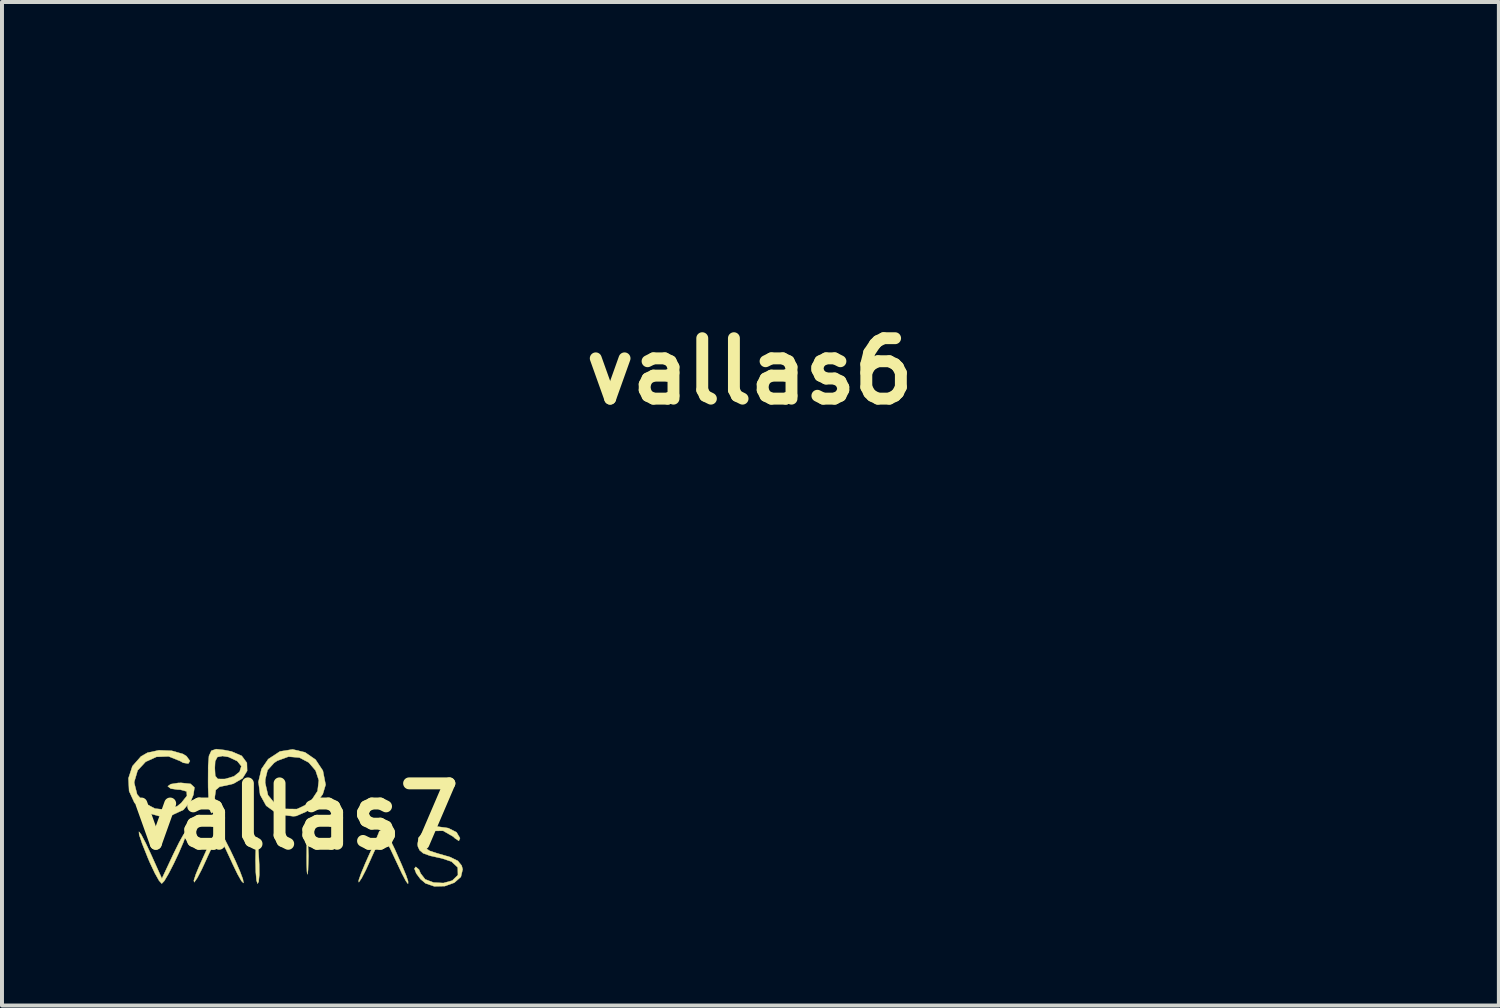
<source format=kicad_pcb>
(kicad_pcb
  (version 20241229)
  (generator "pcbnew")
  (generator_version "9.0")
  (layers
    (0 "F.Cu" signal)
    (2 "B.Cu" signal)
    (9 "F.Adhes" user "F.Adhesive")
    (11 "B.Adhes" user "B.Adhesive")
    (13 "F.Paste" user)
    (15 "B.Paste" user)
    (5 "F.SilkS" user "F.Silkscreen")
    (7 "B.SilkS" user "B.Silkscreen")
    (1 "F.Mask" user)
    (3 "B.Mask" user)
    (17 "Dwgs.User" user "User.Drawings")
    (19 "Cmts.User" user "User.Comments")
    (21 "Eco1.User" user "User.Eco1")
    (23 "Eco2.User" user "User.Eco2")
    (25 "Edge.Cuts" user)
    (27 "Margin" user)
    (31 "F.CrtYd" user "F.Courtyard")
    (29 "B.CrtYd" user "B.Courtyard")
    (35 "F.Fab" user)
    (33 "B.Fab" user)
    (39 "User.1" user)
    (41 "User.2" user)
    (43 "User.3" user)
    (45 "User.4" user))
  (footprint "vallas7"
    (layer "F.Cu")
    (at 4.398 17.536)
    (property "Reference" "vallas7" (at 0 0 0) (layer "F.SilkS") (effects (font (size 1.524 1.524) (thickness 0.3))))
    (attr through_hole)
    (fp_poly (pts (xy 0.316 0.656) (xy 0.329 0.993) (xy 0.319 1.34) (xy 0.316 1.376) (xy 0.302 1.46) (xy 0.291 1.392) (xy 0.285 1.187) (xy 0.284 1.016) (xy 0.287 0.741) (xy 0.295 0.593) (xy 0.308 0.588) (xy 0.316 0.656)) (stroke (width 0.01) (type solid)) (fill yes) (layer "F.SilkS"))
    (fp_poly (pts (xy -0.963 0.534) (xy -0.943 0.712) (xy -0.921 1.054) (xy -0.913 1.207) (xy -0.91 1.468) (xy -0.927 1.645) (xy -0.953 1.693) (xy -0.98 1.615) (xy -0.998 1.407) (xy -1.005 1.109) (xy -1.003 0.995) (xy -0.994 0.674) (xy -0.98 0.521) (xy -0.963 0.534)) (stroke (width 0.01) (type solid)) (fill yes) (layer "F.SilkS"))
    (fp_poly (pts (xy -2.754 0.455) (xy -2.826 0.653) (xy -2.937 0.912) (xy -3.068 1.19) (xy -3.197 1.441) (xy -3.305 1.624) (xy -3.37 1.693) (xy -3.436 1.621) (xy -3.545 1.427) (xy -3.675 1.15) (xy -3.718 1.049) (xy -3.863 0.686) (xy -3.938 0.463) (xy -3.945 0.385) (xy -3.888 0.456) (xy -3.771 0.679) (xy -3.643 0.951) (xy -3.366 1.566) (xy -3.074 0.944) (xy -2.935 0.662) (xy -2.822 0.458) (xy -2.753 0.363) (xy -2.743 0.362) (xy -2.754 0.455)) (stroke (width 0.01) (type solid)) (fill yes) (layer "F.SilkS"))
    (fp_poly (pts (xy -1.88 0.409) (xy -1.773 0.592) (xy -1.644 0.844) (xy -1.512 1.122) (xy -1.399 1.382) (xy -1.324 1.581) (xy -1.309 1.676) (xy -1.31 1.677) (xy -1.361 1.626) (xy -1.459 1.453) (xy -1.585 1.192) (xy -1.62 1.114) (xy -1.753 0.829) (xy -1.863 0.616) (xy -1.933 0.512) (xy -1.941 0.508) (xy -1.998 0.58) (xy -2.1 0.768) (xy -2.224 1.034) (xy -2.234 1.059) (xy -2.364 1.339) (xy -2.476 1.553) (xy -2.549 1.656) (xy -2.551 1.658) (xy -2.561 1.615) (xy -2.509 1.455) (xy -2.426 1.255) (xy -2.248 0.862) (xy -2.125 0.6) (xy -2.043 0.442) (xy -1.989 0.363) (xy -1.95 0.339) (xy -1.943 0.339) (xy -1.88 0.409)) (stroke (width 0.01) (type solid)) (fill yes) (layer "F.SilkS"))
    (fp_poly (pts (xy 2.279 0.41) (xy 2.393 0.596) (xy 2.506 0.826) (xy 2.68 1.219) (xy 2.789 1.48) (xy 2.84 1.63) (xy 2.842 1.69) (xy 2.834 1.693) (xy 2.783 1.622) (xy 2.684 1.433) (xy 2.557 1.163) (xy 2.528 1.101) (xy 2.395 0.819) (xy 2.282 0.61) (xy 2.21 0.511) (xy 2.203 0.508) (xy 2.142 0.58) (xy 2.04 0.769) (xy 1.917 1.037) (xy 1.908 1.06) (xy 1.781 1.339) (xy 1.671 1.553) (xy 1.601 1.656) (xy 1.598 1.657) (xy 1.597 1.608) (xy 1.656 1.438) (xy 1.764 1.179) (xy 1.82 1.053) (xy 1.955 0.753) (xy 2.058 0.518) (xy 2.112 0.386) (xy 2.117 0.37) (xy 2.182 0.34) (xy 2.202 0.339) (xy 2.279 0.41)) (stroke (width 0.01) (type solid)) (fill yes) (layer "F.SilkS"))
    (fp_poly (pts (xy 0.242 -1.617) (xy 0.508 -1.433) (xy 0.693 -1.154) (xy 0.762 -0.8) (xy 0.69 -0.562) (xy 0.509 -0.318) (xy 0.268 -0.119) (xy 0.019 -0.012) (xy -0.055 -0.005) (xy -0.305 -0.036) (xy -0.478 -0.084) (xy -0.736 -0.27) (xy -0.89 -0.548) (xy -0.928 -0.847) (xy -0.762 -0.847) (xy -0.691 -0.537) (xy -0.507 -0.312) (xy -0.25 -0.19) (xy 0.039 -0.186) (xy 0.318 -0.318) (xy 0.385 -0.377) (xy 0.559 -0.641) (xy 0.591 -0.911) (xy 0.509 -1.159) (xy 0.337 -1.36) (xy 0.101 -1.485) (xy -0.174 -1.508) (xy -0.462 -1.403) (xy -0.539 -1.349) (xy -0.702 -1.169) (xy -0.76 -0.932) (xy -0.762 -0.847) (xy -0.928 -0.847) (xy -0.932 -0.872) (xy -0.855 -1.197) (xy -0.684 -1.446) (xy -0.389 -1.64) (xy -0.069 -1.691) (xy 0.242 -1.617)) (stroke (width 0.01) (type solid)) (fill yes) (layer "F.SilkS"))
    (fp_poly (pts (xy -1.8 -1.676) (xy -1.612 -1.639) (xy -1.353 -1.528) (xy -1.223 -1.352) (xy -1.217 -1.149) (xy -1.333 -0.961) (xy -1.566 -0.825) (xy -1.696 -0.794) (xy -1.911 -0.749) (xy -2.007 -0.669) (xy -2.031 -0.501) (xy -2.032 -0.413) (xy -2.051 -0.204) (xy -2.1 -0.091) (xy -2.117 -0.085) (xy -2.157 -0.165) (xy -2.185 -0.388) (xy -2.2 -0.729) (xy -2.201 -0.889) (xy -2.199 -1.222) (xy -2.032 -1.222) (xy -2.021 -1.023) (xy -1.956 -0.946) (xy -1.794 -0.944) (xy -1.765 -0.947) (xy -1.548 -1.012) (xy -1.406 -1.127) (xy -1.363 -1.268) (xy -1.459 -1.389) (xy -1.477 -1.402) (xy -1.691 -1.501) (xy -1.837 -1.524) (xy -1.968 -1.499) (xy -2.023 -1.392) (xy -2.032 -1.222) (xy -2.199 -1.222) (xy -2.199 -1.279) (xy -2.179 -1.526) (xy -2.119 -1.657) (xy -2 -1.698) (xy -1.8 -1.676)) (stroke (width 0.01) (type solid)) (fill yes) (layer "F.SilkS"))
    (fp_poly (pts (xy -3.117 -1.656) (xy -2.837 -1.576) (xy -2.745 -1.519) (xy -2.659 -1.399) (xy -2.7 -1.334) (xy -2.83 -1.354) (xy -2.903 -1.396) (xy -3.197 -1.515) (xy -3.503 -1.503) (xy -3.777 -1.378) (xy -3.978 -1.161) (xy -4.063 -0.873) (xy -4.064 -0.847) (xy -3.991 -0.558) (xy -3.803 -0.336) (xy -3.542 -0.199) (xy -3.253 -0.167) (xy -2.98 -0.258) (xy -2.879 -0.339) (xy -2.734 -0.521) (xy -2.742 -0.631) (xy -2.904 -0.676) (xy -2.963 -0.677) (xy -3.142 -0.702) (xy -3.217 -0.761) (xy -3.217 -0.762) (xy -3.142 -0.815) (xy -2.955 -0.845) (xy -2.879 -0.847) (xy -2.643 -0.822) (xy -2.545 -0.731) (xy -2.572 -0.546) (xy -2.634 -0.394) (xy -2.822 -0.168) (xy -3.108 -0.036) (xy -3.441 -0.01) (xy -3.77 -0.102) (xy -3.801 -0.118) (xy -4.057 -0.344) (xy -4.193 -0.64) (xy -4.209 -0.963) (xy -4.109 -1.269) (xy -3.893 -1.514) (xy -3.728 -1.608) (xy -3.44 -1.669) (xy -3.117 -1.656)) (stroke (width 0.01) (type solid)) (fill yes) (layer "F.SilkS"))
    (fp_poly (pts (xy 3.856 0.294) (xy 4.062 0.398) (xy 4.148 0.543) (xy 4.149 0.553) (xy 4.121 0.615) (xy 4.022 0.549) (xy 3.979 0.508) (xy 3.725 0.361) (xy 3.441 0.365) (xy 3.262 0.453) (xy 3.149 0.6) (xy 3.195 0.744) (xy 3.389 0.869) (xy 3.573 0.929) (xy 3.901 1.024) (xy 4.096 1.12) (xy 4.192 1.239) (xy 4.217 1.334) (xy 4.172 1.524) (xy 4.006 1.67) (xy 3.767 1.756) (xy 3.502 1.762) (xy 3.282 1.687) (xy 3.152 1.577) (xy 3.048 1.436) (xy 3.001 1.316) (xy 3.035 1.27) (xy 3.117 1.34) (xy 3.156 1.435) (xy 3.272 1.585) (xy 3.484 1.666) (xy 3.732 1.678) (xy 3.955 1.617) (xy 4.094 1.482) (xy 4.098 1.472) (xy 4.094 1.285) (xy 3.938 1.138) (xy 3.698 1.057) (xy 3.397 0.991) (xy 3.222 0.928) (xy 3.13 0.849) (xy 3.087 0.752) (xy 3.099 0.546) (xy 3.238 0.37) (xy 3.462 0.266) (xy 3.575 0.254) (xy 3.856 0.294)) (stroke (width 0.01) (type solid)) (fill yes) (layer "F.SilkS")))
  (footprint "vallas6"
    (layer "F.Cu")
    (at 15.854 6.312)
    (property "Reference" "vallas6" (at 0 0 0) (layer "F.SilkS") (effects (font (size 1.524 1.524) (thickness 0.3))))
    (attr through_hole)
    (fp_poly (pts (xy 1.151 1.262) (xy 1.22 1.839) (xy 1.261 2.742) (xy 1.27 3.59) (xy 1.27 6.121) (xy 4.763 6.264) (xy 0.847 6.35) (xy 0.847 3.704) (xy 0.863 2.558) (xy 0.909 1.706) (xy 0.982 1.193) (xy 1.058 1.058) (xy 1.151 1.262)) (stroke (width 0.01) (type solid)) (fill no) (layer "Eco1.User"))
    (fp_poly (pts (xy -3.505 1.262) (xy -3.437 1.839) (xy -3.396 2.742) (xy -3.387 3.59) (xy -3.387 6.121) (xy 0.106 6.264) (xy -1.852 6.307) (xy -3.81 6.35) (xy -3.81 3.704) (xy -3.794 2.558) (xy -3.747 1.706) (xy -3.674 1.193) (xy -3.598 1.058) (xy -3.505 1.262)) (stroke (width 0.01) (type solid)) (fill no) (layer "Eco1.User"))
    (fp_poly (pts (xy 8.491 1.324) (xy 8.769 1.824) (xy 9.134 2.533) (xy 9.544 3.362) (xy 9.955 4.223) (xy 10.324 5.026) (xy 10.609 5.684) (xy 10.767 6.107) (xy 10.785 6.191) (xy 10.634 6.345) (xy 10.583 6.35) (xy 10.378 6.206) (xy 10.372 6.162) (xy 10.286 5.905) (xy 10.054 5.352) (xy 9.711 4.585) (xy 9.338 3.781) (xy 8.303 1.587) (xy 7.186 3.969) (xy 6.746 4.876) (xy 6.356 5.624) (xy 6.056 6.14) (xy 5.887 6.349) (xy 5.88 6.35) (xy 5.757 6.226) (xy 5.77 6.191) (xy 5.884 5.948) (xy 6.138 5.398) (xy 6.495 4.619) (xy 6.92 3.688) (xy 6.987 3.541) (xy 7.427 2.617) (xy 7.823 1.859) (xy 8.135 1.338) (xy 8.324 1.123) (xy 8.342 1.123) (xy 8.491 1.324)) (stroke (width 0.01) (type solid)) (fill no) (layer "Eco1.User"))
    (fp_poly (pts (xy -10.164 1.243) (xy -10.289 1.679) (xy -10.547 2.335) (xy -10.7 2.68) (xy -11.117 3.598) (xy -11.527 4.512) (xy -11.852 5.247) (xy -11.894 5.345) (xy -12.184 5.915) (xy -12.452 6.279) (xy -12.573 6.35) (xy -12.744 6.167) (xy -13.04 5.665) (xy -13.422 4.918) (xy -13.852 3.997) (xy -13.942 3.794) (xy -14.35 2.839) (xy -14.673 2.027) (xy -14.882 1.433) (xy -14.95 1.133) (xy -14.944 1.115) (xy -14.838 1.188) (xy -14.626 1.539) (xy -14.295 2.193) (xy -13.834 3.174) (xy -13.229 4.507) (xy -12.84 5.379) (xy -12.721 5.624) (xy -12.611 5.722) (xy -12.474 5.624) (xy -12.276 5.285) (xy -11.981 4.656) (xy -11.554 3.691) (xy -11.511 3.594) (xy -11.087 2.667) (xy -10.701 1.892) (xy -10.393 1.347) (xy -10.206 1.109) (xy -10.199 1.107) (xy -10.164 1.243)) (stroke (width 0.01) (type solid)) (fill no) (layer "Eco1.User"))
    (fp_poly (pts (xy -6.075 -6.116) (xy -5.562 -6.023) (xy -5.188 -5.819) (xy -4.941 -5.595) (xy -4.57 -5.123) (xy -4.493 -4.644) (xy -4.532 -4.381) (xy -4.754 -3.722) (xy -5.157 -3.311) (xy -5.83 -3.085) (xy -6.445 -3.008) (xy -7.62 -2.911) (xy -7.62 -1.561) (xy -7.642 -0.798) (xy -7.72 -0.377) (xy -7.873 -0.219) (xy -7.938 -0.212) (xy -8.066 -0.271) (xy -8.155 -0.489) (xy -8.212 -0.927) (xy -8.243 -1.646) (xy -8.254 -2.705) (xy -8.255 -3.175) (xy -8.255 -5.503) (xy -7.62 -5.503) (xy -7.62 -3.598) (xy -6.683 -3.598) (xy -5.934 -3.683) (xy -5.436 -3.909) (xy -5.413 -3.931) (xy -5.122 -4.338) (xy -5.149 -4.769) (xy -5.299 -5.094) (xy -5.543 -5.355) (xy -5.987 -5.478) (xy -6.569 -5.503) (xy -7.62 -5.503) (xy -8.255 -5.503) (xy -8.255 -6.138) (xy -6.87 -6.138) (xy -6.075 -6.116)) (stroke (width 0.01) (type solid)) (fill no) (layer "Eco1.User"))
    (fp_poly (pts (xy -7.092 1.24) (xy -6.809 1.737) (xy -6.432 2.476) (xy -6 3.386) (xy -5.927 3.545) (xy -5.493 4.495) (xy -5.12 5.307) (xy -4.844 5.903) (xy -4.702 6.205) (xy -4.695 6.219) (xy -4.751 6.339) (xy -4.848 6.322) (xy -5.032 6.105) (xy -5.336 5.582) (xy -5.717 4.837) (xy -6.048 4.129) (xy -6.45 3.254) (xy -6.802 2.522) (xy -7.062 2.021) (xy -7.173 1.844) (xy -7.32 1.956) (xy -7.593 2.391) (xy -7.953 3.08) (xy -8.362 3.954) (xy -8.384 4.003) (xy -8.796 4.905) (xy -9.158 5.646) (xy -9.431 6.151) (xy -9.576 6.344) (xy -9.578 6.344) (xy -9.737 6.264) (xy -9.737 6.262) (xy -9.651 5.96) (xy -9.42 5.388) (xy -9.086 4.634) (xy -8.691 3.782) (xy -8.275 2.92) (xy -7.879 2.133) (xy -7.545 1.508) (xy -7.315 1.13) (xy -7.242 1.058) (xy -7.092 1.24)) (stroke (width 0.01) (type solid)) (fill no) (layer "Eco1.User"))
    (fp_poly (pts (xy 0.185 -6.284) (xy 1.141 -5.934) (xy 1.937 -5.303) (xy 2.497 -4.434) (xy 2.746 -3.374) (xy 2.752 -3.175) (xy 2.566 -2.079) (xy 2.059 -1.175) (xy 1.304 -0.506) (xy 0.377 -0.114) (xy -0.649 -0.042) (xy -1.698 -0.334) (xy -1.96 -0.471) (xy -2.651 -1.06) (xy -3.213 -1.881) (xy -3.547 -2.768) (xy -3.598 -3.209) (xy -3.571 -3.34) (xy -2.908 -3.34) (xy -2.8 -2.451) (xy -2.396 -1.678) (xy -1.762 -1.083) (xy -0.961 -0.726) (xy -0.058 -0.669) (xy 0.844 -0.951) (xy 1.588 -1.508) (xy 1.999 -2.269) (xy 2.117 -3.219) (xy 2.05 -3.976) (xy 1.801 -4.543) (xy 1.535 -4.878) (xy 0.766 -5.454) (xy -0.129 -5.693) (xy -1.046 -5.608) (xy -1.879 -5.214) (xy -2.525 -4.528) (xy -2.658 -4.284) (xy -2.908 -3.34) (xy -3.571 -3.34) (xy -3.437 -3.969) (xy -3.022 -4.796) (xy -2.452 -5.525) (xy -1.903 -5.957) (xy -0.855 -6.307) (xy 0.185 -6.284)) (stroke (width 0.01) (type solid)) (fill no) (layer "Eco1.User"))
    (fp_poly (pts (xy -12.17 -6.283) (xy -11.282 -6.097) (xy -10.49 -5.788) (xy -9.956 -5.406) (xy -9.941 -5.389) (xy -9.834 -5.097) (xy -10.015 -4.942) (xy -10.363 -4.952) (xy -10.758 -5.154) (xy -10.801 -5.191) (xy -11.259 -5.436) (xy -11.937 -5.62) (xy -12.261 -5.666) (xy -13.315 -5.597) (xy -14.173 -5.22) (xy -14.799 -4.607) (xy -15.156 -3.832) (xy -15.209 -2.966) (xy -14.921 -2.083) (xy -14.396 -1.386) (xy -13.98 -1.019) (xy -13.571 -0.824) (xy -13.008 -0.75) (xy -12.466 -0.741) (xy -11.718 -0.763) (xy -11.245 -0.863) (xy -10.902 -1.088) (xy -10.671 -1.335) (xy -10.247 -1.916) (xy -10.184 -2.289) (xy -10.494 -2.486) (xy -11.13 -2.54) (xy -11.76 -2.581) (xy -12.012 -2.711) (xy -12.012 -2.805) (xy -11.738 -2.975) (xy -11.077 -3.06) (xy -10.672 -3.069) (xy -9.976 -3.059) (xy -9.61 -3.001) (xy -9.478 -2.853) (xy -9.486 -2.571) (xy -9.491 -2.54) (xy -9.815 -1.527) (xy -10.439 -0.748) (xy -11.287 -0.236) (xy -12.286 -0.025) (xy -13.363 -0.145) (xy -14.159 -0.465) (xy -15.05 -1.142) (xy -15.608 -1.986) (xy -15.849 -2.921) (xy -15.789 -3.871) (xy -15.442 -4.762) (xy -14.823 -5.516) (xy -13.948 -6.059) (xy -12.996 -6.3) (xy -12.17 -6.283)) (stroke (width 0.01) (type solid)) (fill no) (layer "Eco1.User"))
    (fp_poly (pts (xy 13.998 1.103) (xy 14.741 1.306) (xy 15.323 1.639) (xy 15.637 2.079) (xy 15.663 2.26) (xy 15.551 2.357) (xy 15.215 2.098) (xy 15.049 1.927) (xy 14.506 1.464) (xy 13.926 1.284) (xy 13.615 1.27) (xy 12.77 1.399) (xy 12.163 1.752) (xy 11.869 2.278) (xy 11.853 2.451) (xy 11.943 2.815) (xy 12.252 3.099) (xy 12.844 3.337) (xy 13.781 3.561) (xy 14.061 3.615) (xy 15.031 3.915) (xy 15.644 4.362) (xy 15.882 4.926) (xy 15.728 5.575) (xy 15.487 5.936) (xy 14.94 6.314) (xy 14.154 6.511) (xy 13.275 6.516) (xy 12.449 6.32) (xy 12.118 6.153) (xy 11.674 5.828) (xy 11.441 5.565) (xy 11.43 5.524) (xy 11.36 5.166) (xy 11.302 4.991) (xy 11.302 4.709) (xy 11.407 4.657) (xy 11.623 4.824) (xy 11.642 4.934) (xy 11.833 5.458) (xy 12.338 5.877) (xy 13.048 6.145) (xy 13.857 6.218) (xy 14.446 6.123) (xy 15.089 5.831) (xy 15.394 5.371) (xy 15.448 4.916) (xy 15.365 4.585) (xy 15.068 4.318) (xy 14.493 4.082) (xy 13.578 3.844) (xy 13.268 3.776) (xy 12.331 3.462) (xy 11.717 3.017) (xy 11.451 2.485) (xy 11.56 1.911) (xy 11.893 1.49) (xy 12.466 1.172) (xy 13.204 1.051) (xy 13.998 1.103)) (stroke (width 0.01) (type solid)) (fill no) (layer "Eco1.User")))
  (gr_rect
    (start -3 -3)
    (end 34.742 22.303)
    (stroke (width 0.1) (type default))
    (fill no)
    (layer "Edge.Cuts")))
</source>
